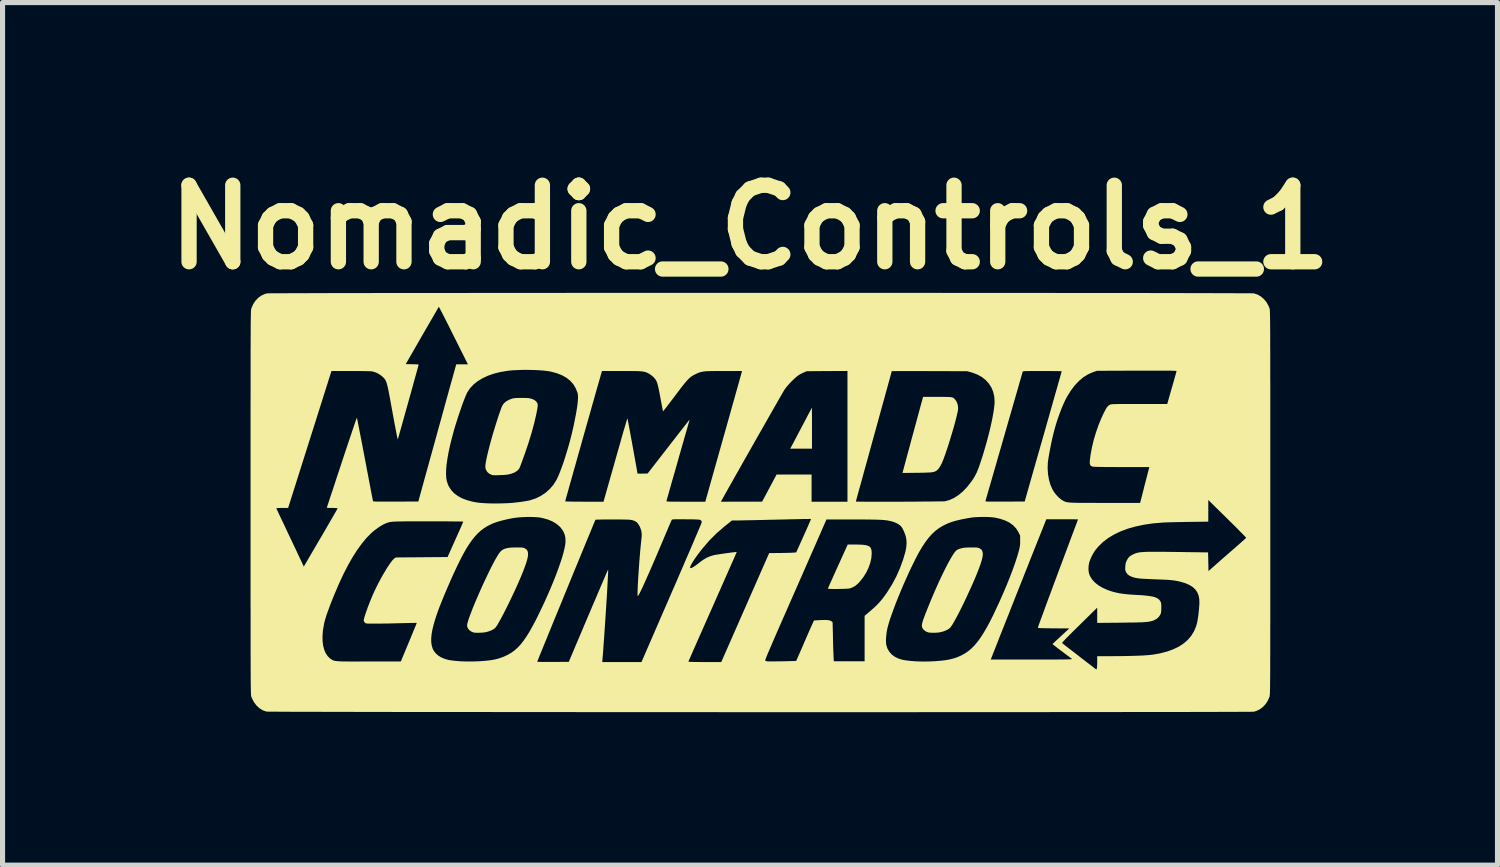
<source format=kicad_pcb>
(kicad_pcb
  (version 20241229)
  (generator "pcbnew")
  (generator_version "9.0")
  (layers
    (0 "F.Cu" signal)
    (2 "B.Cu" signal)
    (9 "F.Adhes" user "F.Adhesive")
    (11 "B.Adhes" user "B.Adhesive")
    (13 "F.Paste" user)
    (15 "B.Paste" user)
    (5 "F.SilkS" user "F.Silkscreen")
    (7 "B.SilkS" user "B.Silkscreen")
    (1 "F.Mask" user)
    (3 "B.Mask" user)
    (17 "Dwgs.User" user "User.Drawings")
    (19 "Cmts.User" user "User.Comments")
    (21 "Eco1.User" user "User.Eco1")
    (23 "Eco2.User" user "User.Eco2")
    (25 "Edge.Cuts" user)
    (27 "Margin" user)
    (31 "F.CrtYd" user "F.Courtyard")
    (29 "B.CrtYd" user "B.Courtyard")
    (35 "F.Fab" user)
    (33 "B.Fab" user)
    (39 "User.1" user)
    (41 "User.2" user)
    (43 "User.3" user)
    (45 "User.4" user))
  (footprint "Nomadic_Controls_1"
    (layer "F.Cu")
    (at 11.857 6.804)
    (property "Reference" "Nomadic_Controls_1" (at -0.2 -5.4 0) (layer "F.SilkS") (effects (font (size 1.5 1.5) (thickness 0.3))))
    (attr board_only exclude_from_pos_files exclude_from_bom)
    (fp_poly (pts (xy 1.013 -1.851) (xy 1.014 -1.829) (xy 1.014 -1.793) (xy 1.014 -1.746) (xy 1.015 -1.689) (xy 1.015 -1.623) (xy 1.015 -1.55) (xy 1.015 -1.471) (xy 1.015 -1.459) (xy 1.015 -1.056) (xy 0.802 -1.056) (xy 0.588 -1.056) (xy 0.629 -1.132) (xy 0.642 -1.155) (xy 0.661 -1.192) (xy 0.685 -1.238) (xy 0.714 -1.293) (xy 0.747 -1.356) (xy 0.782 -1.422) (xy 0.819 -1.492) (xy 0.84 -1.531) (xy 0.875 -1.598) (xy 0.908 -1.661) (xy 0.937 -1.717) (xy 0.963 -1.766) (xy 0.985 -1.806) (xy 1 -1.836) (xy 1.01 -1.854) (xy 1.012 -1.858)) (stroke (width 0) (type solid)) (fill yes) (layer "F.SilkS"))
    (fp_poly (pts (xy 1.863 0.823) (xy 1.945 0.825) (xy 2.012 0.828) (xy 2.066 0.835) (xy 2.108 0.846) (xy 2.139 0.861) (xy 2.161 0.882) (xy 2.175 0.91) (xy 2.183 0.944) (xy 2.186 0.986) (xy 2.186 0.998) (xy 2.179 1.09) (xy 2.157 1.185) (xy 2.123 1.282) (xy 2.077 1.376) (xy 2.02 1.466) (xy 1.954 1.549) (xy 1.925 1.581) (xy 1.872 1.628) (xy 1.818 1.661) (xy 1.761 1.682) (xy 1.746 1.686) (xy 1.727 1.688) (xy 1.696 1.69) (xy 1.656 1.692) (xy 1.61 1.693) (xy 1.56 1.694) (xy 1.509 1.695) (xy 1.46 1.695) (xy 1.415 1.695) (xy 1.376 1.694) (xy 1.347 1.692) (xy 1.33 1.69) (xy 1.326 1.689) (xy 1.33 1.68) (xy 1.339 1.658) (xy 1.354 1.624) (xy 1.374 1.579) (xy 1.399 1.524) (xy 1.427 1.462) (xy 1.458 1.392) (xy 1.492 1.317) (xy 1.521 1.253) (xy 1.716 0.823)) (stroke (width 0) (type solid)) (fill yes) (layer "F.SilkS"))
    (fp_poly (pts (xy 3.551 -2.072) (xy 3.614 -2.071) (xy 3.665 -2.071) (xy 3.705 -2.069) (xy 3.735 -2.067) (xy 3.758 -2.063) (xy 3.775 -2.058) (xy 3.789 -2.051) (xy 3.8 -2.043) (xy 3.811 -2.032) (xy 3.817 -2.025) (xy 3.851 -1.977) (xy 3.872 -1.92) (xy 3.879 -1.875) (xy 3.88 -1.851) (xy 3.879 -1.826) (xy 3.875 -1.796) (xy 3.867 -1.759) (xy 3.856 -1.71) (xy 3.849 -1.682) (xy 3.825 -1.587) (xy 3.797 -1.484) (xy 3.765 -1.376) (xy 3.732 -1.266) (xy 3.699 -1.157) (xy 3.665 -1.053) (xy 3.632 -0.956) (xy 3.601 -0.871) (xy 3.586 -0.83) (xy 3.558 -0.766) (xy 3.529 -0.712) (xy 3.5 -0.668) (xy 3.472 -0.637) (xy 3.464 -0.631) (xy 3.448 -0.62) (xy 3.431 -0.611) (xy 3.413 -0.603) (xy 3.392 -0.598) (xy 3.365 -0.593) (xy 3.331 -0.59) (xy 3.288 -0.588) (xy 3.234 -0.586) (xy 3.167 -0.584) (xy 3.087 -0.583) (xy 3.076 -0.583) (xy 2.79 -0.58) (xy 2.796 -0.603) (xy 2.799 -0.617) (xy 2.807 -0.645) (xy 2.818 -0.686) (xy 2.832 -0.739) (xy 2.849 -0.801) (xy 2.868 -0.872) (xy 2.889 -0.95) (xy 2.912 -1.034) (xy 2.936 -1.122) (xy 2.96 -1.213) (xy 2.985 -1.306) (xy 3.011 -1.4) (xy 3.036 -1.492) (xy 3.06 -1.581) (xy 3.083 -1.667) (xy 3.105 -1.747) (xy 3.125 -1.821) (xy 3.143 -1.887) (xy 3.158 -1.943) (xy 3.171 -1.988) (xy 3.18 -2.021) (xy 3.185 -2.041) (xy 3.186 -2.045) (xy 3.195 -2.072) (xy 3.473 -2.072)) (stroke (width 0) (type solid)) (fill yes) (layer "F.SilkS"))
    (fp_poly (pts (xy -4.732 0.881) (xy -4.696 0.882) (xy -4.669 0.883) (xy -4.649 0.887) (xy -4.632 0.891) (xy -4.617 0.898) (xy -4.588 0.916) (xy -4.568 0.939) (xy -4.556 0.97) (xy -4.552 1.009) (xy -4.556 1.058) (xy -4.569 1.117) (xy -4.59 1.188) (xy -4.615 1.258) (xy -4.651 1.355) (xy -4.696 1.464) (xy -4.747 1.583) (xy -4.805 1.71) (xy -4.868 1.845) (xy -4.935 1.984) (xy -4.987 2.088) (xy -5.034 2.181) (xy -5.075 2.259) (xy -5.111 2.324) (xy -5.141 2.377) (xy -5.166 2.417) (xy -5.187 2.446) (xy -5.198 2.46) (xy -5.226 2.482) (xy -5.266 2.504) (xy -5.314 2.523) (xy -5.367 2.539) (xy -5.377 2.541) (xy -5.411 2.547) (xy -5.454 2.551) (xy -5.5 2.553) (xy -5.546 2.554) (xy -5.586 2.553) (xy -5.617 2.549) (xy -5.625 2.547) (xy -5.672 2.527) (xy -5.709 2.498) (xy -5.735 2.462) (xy -5.747 2.423) (xy -5.748 2.411) (xy -5.745 2.383) (xy -5.734 2.341) (xy -5.718 2.288) (xy -5.695 2.224) (xy -5.668 2.152) (xy -5.637 2.072) (xy -5.602 1.986) (xy -5.564 1.896) (xy -5.523 1.802) (xy -5.481 1.706) (xy -5.438 1.61) (xy -5.394 1.516) (xy -5.35 1.424) (xy -5.307 1.335) (xy -5.266 1.252) (xy -5.226 1.176) (xy -5.189 1.108) (xy -5.155 1.05) (xy -5.126 1.003) (xy -5.124 1.001) (xy -5.097 0.965) (xy -5.067 0.937) (xy -5.032 0.916) (xy -4.989 0.9) (xy -4.938 0.889) (xy -4.875 0.883) (xy -4.798 0.881) (xy -4.782 0.881)) (stroke (width 0) (type solid)) (fill yes) (layer "F.SilkS"))
    (fp_poly (pts (xy 4.185 0.881) (xy 4.221 0.882) (xy 4.248 0.883) (xy 4.268 0.887) (xy 4.285 0.891) (xy 4.3 0.898) (xy 4.33 0.917) (xy 4.351 0.943) (xy 4.362 0.977) (xy 4.365 1.02) (xy 4.358 1.073) (xy 4.342 1.138) (xy 4.321 1.204) (xy 4.298 1.268) (xy 4.27 1.342) (xy 4.238 1.422) (xy 4.202 1.508) (xy 4.163 1.598) (xy 4.121 1.691) (xy 4.078 1.785) (xy 4.035 1.878) (xy 3.991 1.97) (xy 3.948 2.058) (xy 3.906 2.142) (xy 3.866 2.219) (xy 3.828 2.288) (xy 3.795 2.349) (xy 3.765 2.398) (xy 3.74 2.435) (xy 3.722 2.457) (xy 3.691 2.482) (xy 3.646 2.506) (xy 3.593 2.527) (xy 3.54 2.541) (xy 3.503 2.548) (xy 3.457 2.552) (xy 3.408 2.554) (xy 3.361 2.553) (xy 3.321 2.551) (xy 3.296 2.547) (xy 3.245 2.527) (xy 3.205 2.494) (xy 3.193 2.48) (xy 3.182 2.463) (xy 3.174 2.445) (xy 3.17 2.426) (xy 3.17 2.404) (xy 3.174 2.376) (xy 3.183 2.342) (xy 3.196 2.299) (xy 3.215 2.247) (xy 3.239 2.183) (xy 3.27 2.106) (xy 3.277 2.088) (xy 3.335 1.944) (xy 3.394 1.804) (xy 3.453 1.669) (xy 3.511 1.54) (xy 3.568 1.42) (xy 3.622 1.309) (xy 3.674 1.208) (xy 3.722 1.12) (xy 3.766 1.045) (xy 3.789 1.009) (xy 3.816 0.971) (xy 3.841 0.943) (xy 3.869 0.924) (xy 3.904 0.909) (xy 3.951 0.896) (xy 3.953 0.895) (xy 3.988 0.888) (xy 4.033 0.884) (xy 4.09 0.881) (xy 4.135 0.881)) (stroke (width 0) (type solid)) (fill yes) (layer "F.SilkS"))
    (fp_poly (pts (xy -4.626 -2.051) (xy -4.585 -2.05) (xy -4.553 -2.048) (xy -4.528 -2.045) (xy -4.505 -2.039) (xy -4.482 -2.033) (xy -4.445 -2.019) (xy -4.419 -2.004) (xy -4.396 -1.984) (xy -4.394 -1.982) (xy -4.38 -1.964) (xy -4.37 -1.946) (xy -4.364 -1.926) (xy -4.363 -1.901) (xy -4.366 -1.867) (xy -4.373 -1.824) (xy -4.384 -1.768) (xy -4.386 -1.756) (xy -4.429 -1.567) (xy -4.482 -1.371) (xy -4.544 -1.168) (xy -4.616 -0.956) (xy -4.663 -0.827) (xy -4.678 -0.785) (xy -4.693 -0.746) (xy -4.705 -0.713) (xy -4.713 -0.691) (xy -4.713 -0.69) (xy -4.736 -0.651) (xy -4.773 -0.617) (xy -4.822 -0.587) (xy -4.883 -0.564) (xy -4.927 -0.553) (xy -4.955 -0.548) (xy -4.994 -0.544) (xy -5.039 -0.54) (xy -5.088 -0.538) (xy -5.137 -0.536) (xy -5.181 -0.535) (xy -5.219 -0.536) (xy -5.246 -0.537) (xy -5.257 -0.539) (xy -5.31 -0.564) (xy -5.351 -0.598) (xy -5.377 -0.641) (xy -5.387 -0.671) (xy -5.39 -0.692) (xy -5.39 -0.719) (xy -5.386 -0.752) (xy -5.38 -0.795) (xy -5.37 -0.847) (xy -5.356 -0.911) (xy -5.338 -0.989) (xy -5.325 -1.04) (xy -5.309 -1.103) (xy -5.29 -1.175) (xy -5.268 -1.253) (xy -5.245 -1.334) (xy -5.22 -1.418) (xy -5.194 -1.502) (xy -5.169 -1.583) (xy -5.144 -1.66) (xy -5.121 -1.73) (xy -5.099 -1.792) (xy -5.081 -1.843) (xy -5.066 -1.882) (xy -5.06 -1.895) (xy -5.029 -1.942) (xy -4.984 -1.982) (xy -4.925 -2.015) (xy -4.868 -2.036) (xy -4.845 -2.042) (xy -4.819 -2.046) (xy -4.788 -2.049) (xy -4.748 -2.051) (xy -4.695 -2.051) (xy -4.68 -2.051)) (stroke (width 0) (type solid)) (fill yes) (layer "F.SilkS"))
    (fp_poly (pts (xy 0.384 -4.111) (xy 0.729 -4.111) (xy 1.073 -4.111) (xy 1.416 -4.111) (xy 1.757 -4.111) (xy 2.096 -4.111) (xy 2.433 -4.111) (xy 2.767 -4.111) (xy 3.098 -4.111) (xy 3.425 -4.111) (xy 3.748 -4.11) (xy 4.067 -4.11) (xy 4.381 -4.11) (xy 4.691 -4.11) (xy 4.994 -4.11) (xy 5.292 -4.11) (xy 5.583 -4.11) (xy 5.868 -4.109) (xy 6.146 -4.109) (xy 6.416 -4.109) (xy 6.678 -4.109) (xy 6.932 -4.108) (xy 7.178 -4.108) (xy 7.414 -4.108) (xy 7.641 -4.108) (xy 7.858 -4.107) (xy 8.065 -4.107) (xy 8.262 -4.107) (xy 8.447 -4.106) (xy 8.621 -4.106) (xy 8.784 -4.106) (xy 8.934 -4.105) (xy 9.071 -4.105) (xy 9.196 -4.105) (xy 9.307 -4.104) (xy 9.405 -4.104) (xy 9.488 -4.103) (xy 9.557 -4.103) (xy 9.611 -4.103) (xy 9.65 -4.102) (xy 9.673 -4.102) (xy 9.68 -4.101) (xy 9.752 -4.078) (xy 9.818 -4.04) (xy 9.877 -3.989) (xy 9.928 -3.927) (xy 9.968 -3.854) (xy 9.987 -3.808) (xy 9.988 -3.804) (xy 9.989 -3.799) (xy 9.99 -3.793) (xy 9.991 -3.786) (xy 9.992 -3.776) (xy 9.993 -3.764) (xy 9.994 -3.749) (xy 9.995 -3.731) (xy 9.995 -3.709) (xy 9.996 -3.682) (xy 9.997 -3.651) (xy 9.997 -3.614) (xy 9.998 -3.572) (xy 9.998 -3.523) (xy 9.999 -3.468) (xy 9.999 -3.407) (xy 10 -3.337) (xy 10 -3.26) (xy 10 -3.175) (xy 10 -3.08) (xy 10.001 -2.977) (xy 10.001 -2.864) (xy 10.001 -2.74) (xy 10.001 -2.607) (xy 10.001 -2.462) (xy 10.002 -2.306) (xy 10.002 -2.137) (xy 10.002 -1.957) (xy 10.002 -1.764) (xy 10.002 -1.557) (xy 10.002 -1.337) (xy 10.002 -1.103) (xy 10.002 -0.854) (xy 10.002 -0.59) (xy 10.002 -0.31) (xy 10.002 -0.015) (xy 10.002 0) (xy 10.002 0.296) (xy 10.002 0.576) (xy 10.002 0.841) (xy 10.002 1.091) (xy 10.002 1.326) (xy 10.002 1.546) (xy 10.002 1.754) (xy 10.002 1.948) (xy 10.002 2.129) (xy 10.002 2.298) (xy 10.001 2.454) (xy 10.001 2.6) (xy 10.001 2.734) (xy 10.001 2.858) (xy 10.001 2.972) (xy 10 3.075) (xy 10 3.17) (xy 10 3.256) (xy 10 3.334) (xy 9.999 3.403) (xy 9.999 3.466) (xy 9.998 3.521) (xy 9.998 3.569) (xy 9.997 3.612) (xy 9.997 3.649) (xy 9.996 3.68) (xy 9.995 3.707) (xy 9.995 3.73) (xy 9.994 3.748) (xy 9.993 3.764) (xy 9.992 3.776) (xy 9.991 3.785) (xy 9.99 3.793) (xy 9.989 3.799) (xy 9.988 3.803) (xy 9.987 3.807) (xy 9.987 3.808) (xy 9.953 3.885) (xy 9.908 3.954) (xy 9.854 4.012) (xy 9.792 4.057) (xy 9.723 4.089) (xy 9.68 4.101) (xy 9.67 4.102) (xy 9.643 4.102) (xy 9.601 4.103) (xy 9.544 4.103) (xy 9.472 4.104) (xy 9.386 4.104) (xy 9.285 4.105) (xy 9.171 4.105) (xy 9.044 4.105) (xy 8.903 4.106) (xy 8.751 4.106) (xy 8.586 4.106) (xy 8.409 4.107) (xy 8.222 4.107) (xy 8.023 4.107) (xy 7.814 4.108) (xy 7.595 4.108) (xy 7.366 4.108) (xy 7.127 4.108) (xy 6.88 4.109) (xy 6.624 4.109) (xy 6.36 4.109) (xy 6.089 4.109) (xy 5.809 4.109) (xy 5.523 4.11) (xy 5.231 4.11) (xy 4.932 4.11) (xy 4.627 4.11) (xy 4.317 4.11) (xy 4.001 4.11) (xy 3.681 4.11) (xy 3.357 4.11) (xy 3.029 4.111) (xy 2.698 4.111) (xy 2.363 4.111) (xy 2.026 4.111) (xy 1.686 4.111) (xy 1.345 4.111) (xy 1.002 4.111) (xy 0.657 4.111) (xy 0.312 4.111) (xy -0.033 4.111) (xy -0.378 4.111) (xy -0.723 4.111) (xy -1.067 4.11) (xy -1.41 4.11) (xy -1.751 4.11) (xy -2.09 4.11) (xy -2.427 4.11) (xy -2.761 4.11) (xy -3.092 4.11) (xy -3.419 4.11) (xy -3.743 4.109) (xy -4.062 4.109) (xy -4.376 4.109) (xy -4.686 4.109) (xy -4.989 4.109) (xy -5.287 4.108) (xy -5.579 4.108) (xy -5.864 4.108) (xy -6.141 4.108) (xy -6.412 4.108) (xy -6.674 4.107) (xy -6.929 4.107) (xy -7.174 4.107) (xy -7.411 4.106) (xy -7.638 4.106) (xy -7.856 4.106) (xy -8.063 4.105) (xy -8.259 4.105) (xy -8.445 4.105) (xy -8.619 4.104) (xy -8.782 4.104) (xy -8.932 4.104) (xy -9.07 4.103) (xy -9.195 4.103) (xy -9.307 4.102) (xy -9.405 4.102) (xy -9.489 4.101) (xy -9.558 4.101) (xy -9.613 4.101) (xy -9.652 4.1) (xy -9.675 4.1) (xy -9.683 4.099) (xy -9.754 4.074) (xy -9.819 4.034) (xy -9.877 3.981) (xy -9.926 3.916) (xy -9.965 3.842) (xy -9.978 3.808) (xy -9.98 3.804) (xy -9.981 3.799) (xy -9.982 3.793) (xy -9.983 3.786) (xy -9.984 3.776) (xy -9.985 3.764) (xy -9.986 3.749) (xy -9.986 3.731) (xy -9.987 3.709) (xy -9.988 3.682) (xy -9.988 3.651) (xy -9.989 3.614) (xy -9.99 3.572) (xy -9.99 3.523) (xy -9.991 3.468) (xy -9.991 3.407) (xy -9.991 3.337) (xy -9.992 3.26) (xy -9.992 3.175) (xy -9.992 3.121) (xy -4.373 3.121) (xy -4.365 3.123) (xy -4.342 3.124) (xy -4.306 3.125) (xy -4.259 3.126) (xy -4.202 3.126) (xy -4.136 3.126) (xy -4.064 3.126) (xy -4.063 3.126) (xy -3.754 3.124) (xy -3.37 2.217) (xy -3.321 2.102) (xy -3.274 1.991) (xy -3.228 1.885) (xy -3.186 1.785) (xy -3.146 1.692) (xy -3.11 1.607) (xy -3.077 1.531) (xy -3.049 1.465) (xy -3.025 1.41) (xy -3.006 1.366) (xy -2.992 1.335) (xy -2.984 1.318) (xy -2.982 1.314) (xy -2.982 1.323) (xy -2.982 1.347) (xy -2.983 1.386) (xy -2.986 1.437) (xy -2.989 1.499) (xy -2.993 1.571) (xy -2.997 1.653) (xy -3.002 1.742) (xy -3.008 1.838) (xy -3.014 1.939) (xy -3.021 2.044) (xy -3.028 2.152) (xy -3.035 2.262) (xy -3.042 2.372) (xy -3.05 2.482) (xy -3.057 2.589) (xy -3.064 2.693) (xy -3.072 2.792) (xy -3.078 2.886) (xy -3.085 2.973) (xy -3.091 3.051) (xy -3.092 3.064) (xy -3.098 3.128) (xy -2.713 3.128) (xy -2.329 3.128) (xy -2.325 3.12) (xy -1.408 3.12) (xy -1.4 3.122) (xy -1.376 3.124) (xy -1.337 3.125) (xy -1.284 3.127) (xy -1.217 3.127) (xy -1.136 3.128) (xy -1.086 3.128) (xy -0.764 3.128) (xy -0.75 3.096) (xy 0.098 3.096) (xy 0.099 3.099) (xy 0.1 3.101) (xy 0.113 3.108) (xy 0.134 3.113) (xy 0.138 3.114) (xy 0.155 3.115) (xy 0.186 3.115) (xy 0.226 3.115) (xy 0.275 3.115) (xy 0.33 3.114) (xy 0.388 3.114) (xy 0.448 3.113) (xy 0.506 3.112) (xy 0.561 3.11) (xy 0.61 3.109) (xy 0.652 3.108) (xy 0.683 3.107) (xy 0.701 3.105) (xy 0.705 3.104) (xy 0.71 3.096) (xy 0.72 3.074) (xy 0.734 3.041) (xy 0.753 2.998) (xy 0.775 2.947) (xy 0.8 2.89) (xy 0.818 2.85) (xy 0.847 2.781) (xy 0.878 2.71) (xy 0.908 2.64) (xy 0.938 2.573) (xy 0.963 2.514) (xy 0.985 2.466) (xy 0.989 2.456) (xy 1.054 2.313) (xy 1.164 2.306) (xy 1.236 2.303) (xy 1.294 2.303) (xy 1.338 2.307) (xy 1.371 2.315) (xy 1.394 2.326) (xy 1.398 2.329) (xy 1.419 2.348) (xy 1.426 2.621) (xy 1.427 2.692) (xy 1.429 2.764) (xy 1.431 2.833) (xy 1.433 2.895) (xy 1.435 2.949) (xy 1.437 2.99) (xy 1.437 3.003) (xy 1.443 3.112) (xy 1.745 3.112) (xy 2.047 3.112) (xy 2.047 2.715) (xy 2.466 2.715) (xy 2.468 2.765) (xy 2.472 2.792) (xy 2.495 2.864) (xy 2.532 2.927) (xy 2.581 2.982) (xy 2.643 3.027) (xy 2.716 3.062) (xy 2.8 3.086) (xy 2.828 3.091) (xy 2.934 3.105) (xy 3.051 3.114) (xy 3.177 3.118) (xy 3.308 3.117) (xy 3.427 3.111) (xy 3.535 3.103) (xy 3.629 3.092) (xy 3.702 3.079) (xy 4.52 3.079) (xy 5.325 3.079) (xy 5.458 3.078) (xy 5.576 3.078) (xy 5.679 3.078) (xy 5.769 3.078) (xy 5.846 3.078) (xy 5.911 3.077) (xy 5.965 3.077) (xy 6.009 3.076) (xy 6.044 3.075) (xy 6.071 3.074) (xy 6.09 3.073) (xy 6.104 3.072) (xy 6.111 3.07) (xy 6.114 3.068) (xy 6.113 3.066) (xy 6.113 3.066) (xy 6.102 3.058) (xy 6.08 3.042) (xy 6.049 3.018) (xy 6.01 2.989) (xy 5.966 2.956) (xy 5.918 2.919) (xy 5.914 2.917) (xy 5.867 2.881) (xy 5.824 2.849) (xy 5.788 2.82) (xy 5.759 2.798) (xy 5.74 2.783) (xy 5.733 2.776) (xy 5.733 2.776) (xy 5.738 2.769) (xy 5.753 2.755) (xy 5.921 2.755) (xy 5.922 2.757) (xy 5.931 2.764) (xy 5.951 2.78) (xy 5.981 2.804) (xy 6.019 2.834) (xy 6.064 2.869) (xy 6.115 2.908) (xy 6.169 2.95) (xy 6.225 2.993) (xy 6.282 3.038) (xy 6.339 3.081) (xy 6.393 3.123) (xy 6.444 3.162) (xy 6.49 3.197) (xy 6.529 3.227) (xy 6.56 3.251) (xy 6.581 3.267) (xy 6.592 3.274) (xy 6.592 3.275) (xy 6.596 3.268) (xy 6.601 3.25) (xy 6.603 3.237) (xy 6.605 3.213) (xy 6.607 3.178) (xy 6.608 3.137) (xy 6.608 3.106) (xy 6.608 3.013) (xy 6.88 3.013) (xy 6.999 3.012) (xy 7.115 3.011) (xy 7.226 3.009) (xy 7.33 3.006) (xy 7.425 3.003) (xy 7.511 2.999) (xy 7.585 2.994) (xy 7.646 2.989) (xy 7.689 2.984) (xy 7.839 2.958) (xy 7.975 2.923) (xy 8.097 2.879) (xy 8.206 2.827) (xy 8.301 2.765) (xy 8.382 2.695) (xy 8.45 2.616) (xy 8.505 2.528) (xy 8.546 2.431) (xy 8.561 2.38) (xy 8.572 2.332) (xy 8.582 2.272) (xy 8.592 2.202) (xy 8.6 2.128) (xy 8.607 2.051) (xy 8.612 1.981) (xy 8.61 1.899) (xy 8.597 1.826) (xy 8.571 1.762) (xy 8.533 1.706) (xy 8.481 1.657) (xy 8.415 1.616) (xy 8.335 1.581) (xy 8.24 1.553) (xy 8.201 1.544) (xy 8.162 1.536) (xy 8.125 1.53) (xy 8.085 1.525) (xy 8.042 1.52) (xy 7.992 1.516) (xy 7.933 1.513) (xy 7.862 1.51) (xy 7.778 1.507) (xy 7.771 1.507) (xy 7.704 1.504) (xy 7.638 1.501) (xy 7.576 1.498) (xy 7.521 1.495) (xy 7.476 1.493) (xy 7.444 1.49) (xy 7.44 1.49) (xy 7.36 1.478) (xy 7.295 1.46) (xy 7.244 1.437) (xy 7.205 1.408) (xy 7.177 1.371) (xy 7.173 1.364) (xy 7.164 1.341) (xy 7.158 1.32) (xy 7.157 1.294) (xy 7.158 1.258) (xy 7.158 1.257) (xy 7.162 1.216) (xy 7.168 1.184) (xy 7.18 1.153) (xy 7.188 1.135) (xy 7.212 1.093) (xy 7.24 1.061) (xy 7.276 1.035) (xy 7.317 1.015) (xy 7.338 1.005) (xy 7.358 0.997) (xy 7.379 0.99) (xy 7.402 0.984) (xy 7.428 0.979) (xy 7.458 0.975) (xy 7.493 0.972) (xy 7.535 0.969) (xy 7.584 0.967) (xy 7.641 0.966) (xy 7.708 0.966) (xy 7.785 0.966) (xy 7.874 0.966) (xy 7.976 0.967) (xy 8.092 0.969) (xy 8.223 0.97) (xy 8.258 0.971) (xy 8.782 0.978) (xy 8.786 1.161) (xy 8.79 1.344) (xy 8.937 1.214) (xy 8.981 1.175) (xy 9.034 1.128) (xy 9.094 1.076) (xy 9.157 1.021) (xy 9.221 0.965) (xy 9.282 0.912) (xy 9.305 0.892) (xy 9.356 0.847) (xy 9.403 0.806) (xy 9.445 0.769) (xy 9.48 0.738) (xy 9.506 0.714) (xy 9.523 0.698) (xy 9.529 0.692) (xy 9.523 0.685) (xy 9.507 0.667) (xy 9.482 0.64) (xy 9.447 0.605) (xy 9.405 0.562) (xy 9.356 0.512) (xy 9.301 0.457) (xy 9.241 0.398) (xy 9.177 0.335) (xy 9.159 0.317) (xy 8.786 -0.05) (xy 8.786 0.162) (xy 8.786 0.375) (xy 8.411 0.38) (xy 8.328 0.381) (xy 8.244 0.383) (xy 8.162 0.384) (xy 8.085 0.386) (xy 8.015 0.388) (xy 7.955 0.39) (xy 7.908 0.392) (xy 7.889 0.393) (xy 7.702 0.409) (xy 7.525 0.435) (xy 7.36 0.47) (xy 7.207 0.513) (xy 7.065 0.566) (xy 6.937 0.628) (xy 6.821 0.698) (xy 6.718 0.777) (xy 6.629 0.864) (xy 6.571 0.934) (xy 6.527 1.002) (xy 6.489 1.076) (xy 6.459 1.151) (xy 6.451 1.176) (xy 6.439 1.241) (xy 6.436 1.307) (xy 6.442 1.369) (xy 6.458 1.423) (xy 6.462 1.433) (xy 6.503 1.502) (xy 6.559 1.565) (xy 6.629 1.622) (xy 6.714 1.672) (xy 6.813 1.716) (xy 6.868 1.735) (xy 6.926 1.753) (xy 6.985 1.767) (xy 7.047 1.78) (xy 7.116 1.79) (xy 7.192 1.799) (xy 7.28 1.806) (xy 7.381 1.812) (xy 7.419 1.814) (xy 7.487 1.818) (xy 7.554 1.824) (xy 7.617 1.832) (xy 7.672 1.84) (xy 7.716 1.849) (xy 7.732 1.854) (xy 7.786 1.876) (xy 7.826 1.908) (xy 7.846 1.936) (xy 7.854 1.953) (xy 7.86 1.969) (xy 7.863 1.991) (xy 7.864 2.02) (xy 7.865 2.062) (xy 7.865 2.063) (xy 7.864 2.108) (xy 7.862 2.14) (xy 7.858 2.164) (xy 7.852 2.184) (xy 7.847 2.194) (xy 7.816 2.243) (xy 7.772 2.282) (xy 7.715 2.312) (xy 7.693 2.319) (xy 7.67 2.326) (xy 7.647 2.331) (xy 7.623 2.336) (xy 7.595 2.34) (xy 7.563 2.343) (xy 7.525 2.346) (xy 7.479 2.349) (xy 7.425 2.35) (xy 7.36 2.352) (xy 7.283 2.353) (xy 7.193 2.354) (xy 7.089 2.356) (xy 7.073 2.356) (xy 6.608 2.36) (xy 6.608 2.211) (xy 6.608 2.062) (xy 6.26 2.404) (xy 6.185 2.478) (xy 6.121 2.54) (xy 6.068 2.594) (xy 6.024 2.638) (xy 5.989 2.673) (xy 5.963 2.702) (xy 5.943 2.723) (xy 5.93 2.739) (xy 5.923 2.749) (xy 5.921 2.755) (xy 5.753 2.755) (xy 5.755 2.753) (xy 5.78 2.729) (xy 5.813 2.698) (xy 5.852 2.662) (xy 5.894 2.623) (xy 5.897 2.62) (xy 6.061 2.469) (xy 5.753 2.467) (xy 5.672 2.466) (xy 5.605 2.465) (xy 5.553 2.464) (xy 5.512 2.463) (xy 5.483 2.462) (xy 5.463 2.46) (xy 5.451 2.458) (xy 5.446 2.455) (xy 5.445 2.453) (xy 5.448 2.443) (xy 5.456 2.418) (xy 5.47 2.379) (xy 5.489 2.326) (xy 5.513 2.261) (xy 5.542 2.183) (xy 5.575 2.093) (xy 5.612 1.991) (xy 5.653 1.88) (xy 5.699 1.758) (xy 5.747 1.626) (xy 5.8 1.486) (xy 5.855 1.337) (xy 5.914 1.18) (xy 5.975 1.017) (xy 6.039 0.846) (xy 6.099 0.684) (xy 6.126 0.613) (xy 6.151 0.546) (xy 6.174 0.485) (xy 6.194 0.432) (xy 6.21 0.389) (xy 6.222 0.356) (xy 6.229 0.336) (xy 6.231 0.33) (xy 6.223 0.33) (xy 6.201 0.329) (xy 6.166 0.329) (xy 6.119 0.328) (xy 6.064 0.328) (xy 6.001 0.328) (xy 5.932 0.328) (xy 5.921 0.328) (xy 5.61 0.328) (xy 5.381 0.903) (xy 5.357 0.964) (xy 5.328 1.035) (xy 5.296 1.116) (xy 5.261 1.205) (xy 5.223 1.301) (xy 5.182 1.404) (xy 5.14 1.511) (xy 5.095 1.623) (xy 5.05 1.737) (xy 5.004 1.853) (xy 4.958 1.97) (xy 4.912 2.086) (xy 4.867 2.201) (xy 4.822 2.313) (xy 4.779 2.422) (xy 4.738 2.525) (xy 4.699 2.623) (xy 4.664 2.714) (xy 4.631 2.797) (xy 4.602 2.871) (xy 4.577 2.934) (xy 4.556 2.986) (xy 4.541 3.026) (xy 4.531 3.052) (xy 4.527 3.06) (xy 4.52 3.079) (xy 3.702 3.079) (xy 3.713 3.077) (xy 3.788 3.058) (xy 3.858 3.035) (xy 3.924 3.007) (xy 3.958 2.99) (xy 4.024 2.953) (xy 4.086 2.909) (xy 4.146 2.858) (xy 4.205 2.798) (xy 4.263 2.728) (xy 4.322 2.648) (xy 4.38 2.557) (xy 4.441 2.453) (xy 4.504 2.336) (xy 4.57 2.205) (xy 4.602 2.136) (xy 4.686 1.957) (xy 4.763 1.783) (xy 4.834 1.616) (xy 4.898 1.457) (xy 4.955 1.307) (xy 5.004 1.168) (xy 5.045 1.04) (xy 5.074 0.938) (xy 5.085 0.891) (xy 5.092 0.852) (xy 5.096 0.812) (xy 5.097 0.766) (xy 5.097 0.749) (xy 5.097 0.65) (xy 5.063 0.58) (xy 5.02 0.511) (xy 4.964 0.45) (xy 4.894 0.398) (xy 4.812 0.356) (xy 4.716 0.322) (xy 4.614 0.298) (xy 4.566 0.291) (xy 4.505 0.286) (xy 4.437 0.283) (xy 4.364 0.282) (xy 4.292 0.284) (xy 4.225 0.287) (xy 4.166 0.292) (xy 4.151 0.294) (xy 4.087 0.304) (xy 4.017 0.317) (xy 3.945 0.331) (xy 3.877 0.347) (xy 3.816 0.362) (xy 3.769 0.376) (xy 3.676 0.41) (xy 3.591 0.451) (xy 3.511 0.498) (xy 3.437 0.554) (xy 3.366 0.619) (xy 3.299 0.695) (xy 3.233 0.783) (xy 3.167 0.883) (xy 3.101 0.997) (xy 3.038 1.119) (xy 2.981 1.235) (xy 2.923 1.355) (xy 2.867 1.48) (xy 2.811 1.605) (xy 2.758 1.731) (xy 2.707 1.854) (xy 2.659 1.974) (xy 2.616 2.089) (xy 2.577 2.196) (xy 2.543 2.294) (xy 2.516 2.382) (xy 2.496 2.457) (xy 2.493 2.47) (xy 2.481 2.53) (xy 2.473 2.593) (xy 2.467 2.656) (xy 2.466 2.715) (xy 2.047 2.715) (xy 2.047 2.667) (xy 2.047 2.222) (xy 2.167 2.12) (xy 2.252 2.045) (xy 2.326 1.97) (xy 2.394 1.891) (xy 2.46 1.802) (xy 2.488 1.761) (xy 2.586 1.605) (xy 2.67 1.447) (xy 2.742 1.284) (xy 2.804 1.112) (xy 2.847 0.965) (xy 2.863 0.883) (xy 2.87 0.801) (xy 2.866 0.725) (xy 2.854 0.663) (xy 2.837 0.612) (xy 2.816 0.561) (xy 2.794 0.515) (xy 2.771 0.479) (xy 2.761 0.466) (xy 2.728 0.437) (xy 2.682 0.409) (xy 2.629 0.385) (xy 2.577 0.369) (xy 2.548 0.362) (xy 2.517 0.356) (xy 2.485 0.35) (xy 2.449 0.346) (xy 2.408 0.342) (xy 2.361 0.339) (xy 2.306 0.337) (xy 2.243 0.335) (xy 2.169 0.334) (xy 2.084 0.333) (xy 1.985 0.332) (xy 1.873 0.332) (xy 1.81 0.332) (xy 1.299 0.332) (xy 1.236 0.475) (xy 1.225 0.5) (xy 1.208 0.539) (xy 1.186 0.591) (xy 1.158 0.654) (xy 1.125 0.729) (xy 1.088 0.814) (xy 1.047 0.907) (xy 1.002 1.009) (xy 0.955 1.117) (xy 0.905 1.231) (xy 0.853 1.349) (xy 0.799 1.472) (xy 0.744 1.597) (xy 0.721 1.65) (xy 0.645 1.823) (xy 0.575 1.981) (xy 0.512 2.126) (xy 0.454 2.257) (xy 0.402 2.376) (xy 0.355 2.483) (xy 0.313 2.579) (xy 0.276 2.665) (xy 0.243 2.74) (xy 0.215 2.806) (xy 0.19 2.863) (xy 0.169 2.913) (xy 0.151 2.954) (xy 0.137 2.989) (xy 0.125 3.018) (xy 0.116 3.041) (xy 0.109 3.06) (xy 0.104 3.074) (xy 0.1 3.084) (xy 0.099 3.091) (xy 0.098 3.096) (xy -0.75 3.096) (xy -0.294 2.059) (xy 0.176 0.991) (xy 0.356 0.99) (xy 0.415 0.989) (xy 0.475 0.988) (xy 0.531 0.987) (xy 0.58 0.986) (xy 0.617 0.984) (xy 0.621 0.984) (xy 0.706 0.978) (xy 0.852 0.652) (xy 0.883 0.583) (xy 0.911 0.52) (xy 0.937 0.462) (xy 0.958 0.413) (xy 0.976 0.372) (xy 0.988 0.343) (xy 0.995 0.326) (xy 0.996 0.322) (xy 0.988 0.322) (xy 0.964 0.322) (xy 0.927 0.323) (xy 0.876 0.323) (xy 0.814 0.324) (xy 0.742 0.326) (xy 0.66 0.328) (xy 0.571 0.329) (xy 0.474 0.332) (xy 0.372 0.334) (xy 0.294 0.336) (xy 0.187 0.338) (xy 0.082 0.341) (xy -0.017 0.343) (xy -0.111 0.345) (xy -0.197 0.347) (xy -0.275 0.348) (xy -0.342 0.35) (xy -0.398 0.351) (xy -0.441 0.352) (xy -0.47 0.352) (xy -0.48 0.352) (xy -0.555 0.352) (xy -0.697 0.466) (xy -0.854 0.601) (xy -1 0.747) (xy -1.133 0.902) (xy -1.185 0.968) (xy -1.232 1.031) (xy -1.275 1.091) (xy -1.311 1.145) (xy -1.34 1.193) (xy -1.361 1.232) (xy -1.373 1.262) (xy -1.376 1.275) (xy -1.37 1.286) (xy -1.353 1.285) (xy -1.326 1.273) (xy -1.289 1.25) (xy -1.242 1.216) (xy -1.198 1.182) (xy -1.124 1.127) (xy -1.054 1.085) (xy -0.983 1.054) (xy -0.91 1.032) (xy -0.908 1.032) (xy -0.886 1.027) (xy -0.852 1.022) (xy -0.81 1.015) (xy -0.762 1.008) (xy -0.71 1) (xy -0.657 0.993) (xy -0.605 0.986) (xy -0.558 0.979) (xy -0.517 0.975) (xy -0.486 0.971) (xy -0.466 0.97) (xy -0.461 0.97) (xy -0.464 0.977) (xy -0.473 0.999) (xy -0.488 1.034) (xy -0.509 1.082) (xy -0.535 1.141) (xy -0.566 1.21) (xy -0.601 1.29) (xy -0.64 1.379) (xy -0.683 1.476) (xy -0.729 1.58) (xy -0.778 1.691) (xy -0.83 1.808) (xy -0.884 1.93) (xy -0.933 2.042) (xy -0.989 2.167) (xy -1.043 2.289) (xy -1.094 2.405) (xy -1.143 2.516) (xy -1.189 2.62) (xy -1.232 2.716) (xy -1.271 2.805) (xy -1.306 2.884) (xy -1.336 2.953) (xy -1.362 3.012) (xy -1.382 3.058) (xy -1.397 3.092) (xy -1.406 3.113) (xy -1.408 3.12) (xy -2.325 3.12) (xy -1.741 1.775) (xy -1.679 1.633) (xy -1.619 1.495) (xy -1.562 1.361) (xy -1.506 1.233) (xy -1.454 1.111) (xy -1.404 0.996) (xy -1.358 0.889) (xy -1.315 0.789) (xy -1.277 0.699) (xy -1.243 0.62) (xy -1.214 0.55) (xy -1.189 0.493) (xy -1.17 0.447) (xy -1.157 0.415) (xy -1.15 0.396) (xy -1.149 0.392) (xy -1.148 0.37) (xy -1.154 0.357) (xy -1.168 0.347) (xy -1.175 0.343) (xy -1.185 0.339) (xy -1.198 0.336) (xy -1.218 0.334) (xy -1.245 0.333) (xy -1.281 0.331) (xy -1.329 0.33) (xy -1.389 0.33) (xy -1.458 0.329) (xy -1.533 0.328) (xy -1.594 0.328) (xy -1.642 0.328) (xy -1.678 0.329) (xy -1.703 0.33) (xy -1.72 0.332) (xy -1.729 0.335) (xy -1.733 0.337) (xy -1.738 0.347) (xy -1.749 0.371) (xy -1.764 0.405) (xy -1.782 0.447) (xy -1.803 0.494) (xy -1.813 0.52) (xy -1.893 0.708) (xy -1.966 0.881) (xy -2.034 1.041) (xy -2.097 1.186) (xy -2.153 1.316) (xy -2.205 1.433) (xy -2.25 1.534) (xy -2.289 1.621) (xy -2.323 1.694) (xy -2.351 1.751) (xy -2.373 1.794) (xy -2.389 1.821) (xy -2.399 1.833) (xy -2.401 1.834) (xy -2.404 1.826) (xy -2.405 1.804) (xy -2.405 1.768) (xy -2.404 1.72) (xy -2.402 1.662) (xy -2.399 1.595) (xy -2.395 1.521) (xy -2.39 1.441) (xy -2.384 1.356) (xy -2.378 1.27) (xy -2.372 1.181) (xy -2.365 1.093) (xy -2.358 1.007) (xy -2.351 0.924) (xy -2.343 0.846) (xy -2.336 0.774) (xy -2.329 0.71) (xy -2.326 0.689) (xy -2.323 0.616) (xy -2.333 0.549) (xy -2.357 0.482) (xy -2.364 0.467) (xy -2.393 0.419) (xy -2.424 0.384) (xy -2.462 0.361) (xy -2.509 0.345) (xy -2.519 0.343) (xy -2.539 0.34) (xy -2.567 0.337) (xy -2.603 0.335) (xy -2.649 0.334) (xy -2.707 0.333) (xy -2.778 0.332) (xy -2.863 0.332) (xy -2.9 0.332) (xy -2.971 0.332) (xy -3.038 0.332) (xy -3.097 0.333) (xy -3.148 0.334) (xy -3.188 0.335) (xy -3.216 0.336) (xy -3.229 0.337) (xy -3.231 0.337) (xy -3.234 0.345) (xy -3.244 0.368) (xy -3.259 0.403) (xy -3.279 0.451) (xy -3.303 0.511) (xy -3.332 0.581) (xy -3.365 0.661) (xy -3.402 0.749) (xy -3.442 0.846) (xy -3.484 0.949) (xy -3.529 1.058) (xy -3.576 1.173) (xy -3.625 1.291) (xy -3.675 1.413) (xy -3.726 1.537) (xy -3.777 1.662) (xy -3.829 1.788) (xy -3.88 1.914) (xy -3.931 2.038) (xy -3.981 2.16) (xy -4.03 2.278) (xy -4.077 2.393) (xy -4.121 2.502) (xy -4.164 2.606) (xy -4.203 2.703) (xy -4.24 2.792) (xy -4.272 2.872) (xy -4.301 2.943) (xy -4.326 3.003) (xy -4.345 3.052) (xy -4.36 3.089) (xy -4.369 3.112) (xy -4.373 3.121) (xy -4.373 3.121) (xy -9.992 3.121) (xy -9.992 3.08) (xy -9.993 2.977) (xy -9.993 2.864) (xy -9.993 2.74) (xy -9.993 2.616) (xy -8.583 2.616) (xy -8.582 2.714) (xy -8.571 2.804) (xy -8.55 2.884) (xy -8.521 2.954) (xy -8.482 3.012) (xy -8.435 3.058) (xy -8.426 3.064) (xy -8.411 3.074) (xy -8.398 3.082) (xy -8.385 3.09) (xy -8.371 3.096) (xy -8.354 3.101) (xy -8.334 3.106) (xy -8.309 3.109) (xy -8.278 3.112) (xy -8.24 3.114) (xy -8.195 3.116) (xy -8.139 3.117) (xy -8.074 3.117) (xy -7.997 3.118) (xy -7.907 3.118) (xy -7.803 3.117) (xy -7.684 3.117) (xy -7.669 3.117) (xy -7.047 3.116) (xy -6.89 2.739) (xy -6.882 2.72) (xy -6.452 2.72) (xy -6.446 2.779) (xy -6.434 2.832) (xy -6.416 2.88) (xy -6.405 2.901) (xy -6.369 2.951) (xy -6.32 2.996) (xy -6.259 3.035) (xy -6.189 3.065) (xy -6.113 3.087) (xy -6.088 3.091) (xy -5.988 3.104) (xy -5.877 3.113) (xy -5.756 3.117) (xy -5.632 3.117) (xy -5.507 3.112) (xy -5.49 3.111) (xy -5.393 3.104) (xy -5.31 3.095) (xy -5.237 3.084) (xy -5.173 3.07) (xy -5.113 3.053) (xy -5.102 3.05) (xy -5.025 3.021) (xy -4.953 2.987) (xy -4.886 2.949) (xy -4.822 2.903) (xy -4.762 2.85) (xy -4.703 2.789) (xy -4.646 2.717) (xy -4.588 2.634) (xy -4.529 2.54) (xy -4.468 2.432) (xy -4.403 2.31) (xy -4.374 2.252) (xy -4.305 2.11) (xy -4.238 1.969) (xy -4.175 1.829) (xy -4.115 1.692) (xy -4.06 1.559) (xy -4.009 1.431) (xy -3.963 1.309) (xy -3.923 1.194) (xy -3.888 1.088) (xy -3.86 0.991) (xy -3.839 0.905) (xy -3.824 0.831) (xy -3.818 0.773) (xy -3.82 0.694) (xy -3.836 0.622) (xy -3.866 0.556) (xy -3.912 0.493) (xy -3.938 0.466) (xy -4 0.415) (xy -4.073 0.371) (xy -4.158 0.335) (xy -4.257 0.307) (xy -4.303 0.297) (xy -4.356 0.29) (xy -4.421 0.285) (xy -4.495 0.283) (xy -4.573 0.283) (xy -4.653 0.286) (xy -4.73 0.291) (xy -4.8 0.299) (xy -4.819 0.301) (xy -4.902 0.316) (xy -4.987 0.334) (xy -5.069 0.354) (xy -5.144 0.375) (xy -5.208 0.397) (xy -5.227 0.404) (xy -5.297 0.435) (xy -5.363 0.47) (xy -5.425 0.51) (xy -5.485 0.556) (xy -5.542 0.609) (xy -5.598 0.669) (xy -5.653 0.739) (xy -5.709 0.818) (xy -5.765 0.907) (xy -5.822 1.008) (xy -5.881 1.121) (xy -5.943 1.247) (xy -6.009 1.388) (xy -6.055 1.49) (xy -6.129 1.659) (xy -6.195 1.814) (xy -6.253 1.956) (xy -6.304 2.086) (xy -6.346 2.205) (xy -6.381 2.314) (xy -6.409 2.412) (xy -6.43 2.501) (xy -6.444 2.582) (xy -6.451 2.654) (xy -6.452 2.72) (xy -6.882 2.72) (xy -6.859 2.665) (xy -6.831 2.596) (xy -6.805 2.533) (xy -6.782 2.477) (xy -6.763 2.431) (xy -6.748 2.395) (xy -6.739 2.371) (xy -6.735 2.361) (xy -6.735 2.36) (xy -6.743 2.36) (xy -6.766 2.36) (xy -6.802 2.361) (xy -6.848 2.361) (xy -6.904 2.363) (xy -6.967 2.364) (xy -7.036 2.366) (xy -7.047 2.366) (xy -7.127 2.368) (xy -7.211 2.37) (xy -7.295 2.372) (xy -7.375 2.373) (xy -7.449 2.374) (xy -7.512 2.374) (xy -7.546 2.374) (xy -7.606 2.374) (xy -7.653 2.374) (xy -7.687 2.374) (xy -7.711 2.372) (xy -7.727 2.37) (xy -7.738 2.367) (xy -7.745 2.363) (xy -7.751 2.357) (xy -7.752 2.356) (xy -7.766 2.337) (xy -7.774 2.32) (xy -7.774 2.304) (xy -7.768 2.274) (xy -7.756 2.233) (xy -7.74 2.182) (xy -7.72 2.124) (xy -7.697 2.059) (xy -7.671 1.991) (xy -7.643 1.921) (xy -7.614 1.85) (xy -7.595 1.806) (xy -7.561 1.73) (xy -7.523 1.652) (xy -7.483 1.573) (xy -7.441 1.495) (xy -7.399 1.419) (xy -7.356 1.347) (xy -7.316 1.281) (xy -7.277 1.222) (xy -7.242 1.172) (xy -7.212 1.133) (xy -7.186 1.106) (xy -7.176 1.097) (xy -7.145 1.077) (xy -6.638 1.073) (xy -6.131 1.069) (xy -5.977 0.725) (xy -5.945 0.654) (xy -5.916 0.589) (xy -5.889 0.529) (xy -5.866 0.477) (xy -5.848 0.434) (xy -5.834 0.401) (xy -5.825 0.381) (xy -5.822 0.375) (xy -5.83 0.374) (xy -5.853 0.373) (xy -5.89 0.372) (xy -5.94 0.371) (xy -6.002 0.371) (xy -6.074 0.37) (xy -6.155 0.369) (xy -6.244 0.369) (xy -6.34 0.369) (xy -6.442 0.369) (xy -6.512 0.369) (xy -6.638 0.369) (xy -6.749 0.369) (xy -6.846 0.369) (xy -6.93 0.369) (xy -7.002 0.37) (xy -7.063 0.371) (xy -7.115 0.372) (xy -7.158 0.373) (xy -7.195 0.375) (xy -7.225 0.378) (xy -7.25 0.381) (xy -7.271 0.385) (xy -7.29 0.39) (xy -7.307 0.395) (xy -7.324 0.401) (xy -7.341 0.408) (xy -7.355 0.414) (xy -7.405 0.438) (xy -7.461 0.472) (xy -7.52 0.513) (xy -7.579 0.558) (xy -7.632 0.604) (xy -7.635 0.607) (xy -7.726 0.7) (xy -7.816 0.81) (xy -7.906 0.935) (xy -7.996 1.076) (xy -8.085 1.233) (xy -8.174 1.406) (xy -8.261 1.594) (xy -8.348 1.797) (xy -8.422 1.981) (xy -8.454 2.067) (xy -8.481 2.14) (xy -8.503 2.202) (xy -8.52 2.257) (xy -8.535 2.307) (xy -8.547 2.353) (xy -8.556 2.398) (xy -8.575 2.51) (xy -8.583 2.616) (xy -9.993 2.616) (xy -9.993 2.607) (xy -9.993 2.462) (xy -9.993 2.306) (xy -9.993 2.137) (xy -9.994 1.957) (xy -9.994 1.764) (xy -9.994 1.557) (xy -9.994 1.337) (xy -9.994 1.103) (xy -9.994 0.854) (xy -9.994 0.59) (xy -9.994 0.31) (xy -9.994 0.117) (xy -9.488 0.117) (xy -9.483 0.126) (xy -9.473 0.148) (xy -9.456 0.183) (xy -9.435 0.229) (xy -9.409 0.284) (xy -9.378 0.349) (xy -9.344 0.42) (xy -9.308 0.497) (xy -9.269 0.58) (xy -9.253 0.614) (xy -9.212 0.7) (xy -9.172 0.784) (xy -9.135 0.863) (xy -9.099 0.938) (xy -9.068 1.005) (xy -9.04 1.064) (xy -9.017 1.112) (xy -8.999 1.15) (xy -8.988 1.174) (xy -8.986 1.179) (xy -8.95 1.256) (xy -8.618 0.688) (xy -8.566 0.6) (xy -8.517 0.516) (xy -8.471 0.436) (xy -8.429 0.363) (xy -8.391 0.298) (xy -8.358 0.24) (xy -8.33 0.192) (xy -8.309 0.155) (xy -8.294 0.129) (xy -8.287 0.115) (xy -8.287 0.114) (xy -8.294 0.111) (xy -8.315 0.109) (xy -8.347 0.107) (xy -8.385 0.106) (xy -8.394 0.106) (xy -8.439 0.106) (xy -8.471 0.105) (xy -8.489 0.103) (xy -8.497 0.099) (xy -8.498 0.096) (xy -8.495 0.087) (xy -8.487 0.064) (xy -8.474 0.027) (xy -8.458 -0.023) (xy -8.438 -0.084) (xy -8.414 -0.156) (xy -8.387 -0.237) (xy -8.357 -0.327) (xy -8.325 -0.425) (xy -8.291 -0.529) (xy -8.254 -0.639) (xy -8.217 -0.753) (xy -8.204 -0.792) (xy -8.166 -0.907) (xy -8.129 -1.018) (xy -8.094 -1.123) (xy -8.061 -1.222) (xy -8.03 -1.313) (xy -8.002 -1.396) (xy -7.977 -1.47) (xy -7.956 -1.533) (xy -7.938 -1.585) (xy -7.924 -1.625) (xy -7.914 -1.651) (xy -7.91 -1.663) (xy -7.909 -1.664) (xy -7.907 -1.655) (xy -7.902 -1.632) (xy -7.894 -1.594) (xy -7.884 -1.543) (xy -7.872 -1.481) (xy -7.858 -1.408) (xy -7.842 -1.326) (xy -7.824 -1.235) (xy -7.805 -1.137) (xy -7.785 -1.032) (xy -7.764 -0.922) (xy -7.751 -0.852) (xy -7.729 -0.739) (xy -7.709 -0.63) (xy -7.689 -0.528) (xy -7.671 -0.431) (xy -7.654 -0.343) (xy -7.639 -0.263) (xy -7.625 -0.193) (xy -7.614 -0.134) (xy -7.605 -0.088) (xy -7.598 -0.054) (xy -7.594 -0.035) (xy -7.594 -0.031) (xy -7.592 -0.027) (xy -7.588 -0.025) (xy -7.581 -0.023) (xy -7.568 -0.021) (xy -7.55 -0.02) (xy -7.524 -0.019) (xy -7.49 -0.018) (xy -7.445 -0.018) (xy -7.389 -0.018) (xy -7.321 -0.018) (xy -7.239 -0.018) (xy -7.147 -0.018) (xy -6.704 -0.02) (xy -6.557 -0.555) (xy -6.161 -0.555) (xy -6.156 -0.479) (xy -6.145 -0.417) (xy -6.142 -0.41) (xy -6.126 -0.361) (xy -6.11 -0.323) (xy -6.089 -0.288) (xy -6.063 -0.249) (xy -6.057 -0.241) (xy -6.002 -0.182) (xy -5.932 -0.13) (xy -5.849 -0.084) (xy -5.752 -0.047) (xy -5.643 -0.017) (xy -5.568 -0.003) (xy -5.508 0.005) (xy -5.435 0.011) (xy -5.352 0.016) (xy -5.261 0.018) (xy -5.167 0.019) (xy -5.071 0.017) (xy -4.978 0.014) (xy -4.89 0.009) (xy -4.876 0.008) (xy -4.818 0.002) (xy -4.755 -0.005) (xy -4.691 -0.013) (xy -4.63 -0.022) (xy -4.609 -0.026) (xy -3.824 -0.026) (xy -3.819 -0.023) (xy -3.804 -0.021) (xy -3.779 -0.02) (xy -3.741 -0.019) (xy -3.691 -0.018) (xy -3.627 -0.017) (xy -3.549 -0.017) (xy -3.455 -0.016) (xy -3.448 -0.016) (xy -3.073 -0.016) (xy -0.77 -0.016) (xy -0.367 -0.017) (xy 0.037 -0.017) (xy 0.179 -0.283) (xy 0.321 -0.549) (xy 0.664 -0.549) (xy 1.007 -0.549) (xy 1.007 -0.282) (xy 1.007 -0.016) (xy 1.359 -0.016) (xy 1.711 -0.016) (xy 1.711 -0.019) (xy 1.875 -0.019) (xy 1.883 -0.018) (xy 1.906 -0.018) (xy 1.943 -0.017) (xy 1.992 -0.017) (xy 2.053 -0.016) (xy 2.123 -0.016) (xy 2.202 -0.016) (xy 2.289 -0.016) (xy 2.381 -0.016) (xy 2.478 -0.016) (xy 2.579 -0.016) (xy 2.682 -0.016) (xy 2.785 -0.016) (xy 2.888 -0.017) (xy 2.99 -0.017) (xy 3.088 -0.018) (xy 3.182 -0.019) (xy 3.271 -0.019) (xy 3.352 -0.02) (xy 3.426 -0.021) (xy 3.489 -0.022) (xy 3.542 -0.022) (xy 3.583 -0.023) (xy 3.611 -0.024) (xy 3.624 -0.025) (xy 3.631 -0.027) (xy 4.416 -0.027) (xy 4.419 -0.025) (xy 4.425 -0.022) (xy 4.436 -0.021) (xy 4.454 -0.019) (xy 4.48 -0.018) (xy 4.515 -0.018) (xy 4.561 -0.018) (xy 4.618 -0.018) (xy 4.689 -0.018) (xy 4.775 -0.018) (xy 4.799 -0.018) (xy 5.186 -0.02) (xy 5.371 -0.672) (xy 5.636 -0.672) (xy 5.643 -0.558) (xy 5.662 -0.448) (xy 5.692 -0.345) (xy 5.73 -0.259) (xy 5.763 -0.204) (xy 5.805 -0.15) (xy 5.851 -0.101) (xy 5.899 -0.061) (xy 5.933 -0.039) (xy 5.948 -0.031) (xy 5.962 -0.024) (xy 5.975 -0.018) (xy 5.99 -0.013) (xy 6.007 -0.008) (xy 6.027 -0.005) (xy 6.051 -0.002) (xy 6.082 0.001) (xy 6.118 0.003) (xy 6.163 0.004) (xy 6.216 0.006) (xy 6.279 0.006) (xy 6.353 0.007) (xy 6.44 0.007) (xy 6.539 0.007) (xy 6.653 0.008) (xy 6.756 0.008) (xy 7.449 0.008) (xy 7.471 -0.076) (xy 7.478 -0.104) (xy 7.489 -0.146) (xy 7.502 -0.199) (xy 7.518 -0.259) (xy 7.534 -0.325) (xy 7.552 -0.393) (xy 7.561 -0.428) (xy 7.63 -0.696) (xy 7.088 -0.696) (xy 6.966 -0.696) (xy 6.857 -0.697) (xy 6.763 -0.697) (xy 6.683 -0.698) (xy 6.619 -0.699) (xy 6.569 -0.701) (xy 6.535 -0.702) (xy 6.517 -0.704) (xy 6.516 -0.705) (xy 6.489 -0.716) (xy 6.472 -0.733) (xy 6.463 -0.759) (xy 6.462 -0.796) (xy 6.463 -0.816) (xy 6.479 -0.945) (xy 6.505 -1.082) (xy 6.539 -1.225) (xy 6.582 -1.369) (xy 6.631 -1.511) (xy 6.686 -1.647) (xy 6.737 -1.756) (xy 6.763 -1.807) (xy 6.784 -1.845) (xy 6.803 -1.873) (xy 6.821 -1.893) (xy 6.839 -1.908) (xy 6.854 -1.916) (xy 6.861 -1.919) (xy 6.868 -1.922) (xy 6.878 -1.924) (xy 6.891 -1.926) (xy 6.908 -1.928) (xy 6.931 -1.929) (xy 6.961 -1.93) (xy 6.999 -1.931) (xy 7.047 -1.932) (xy 7.105 -1.932) (xy 7.175 -1.932) (xy 7.258 -1.932) (xy 7.355 -1.932) (xy 7.433 -1.932) (xy 7.981 -1.932) (xy 8.072 -2.252) (xy 8.092 -2.321) (xy 8.111 -2.386) (xy 8.127 -2.444) (xy 8.141 -2.494) (xy 8.152 -2.534) (xy 8.16 -2.563) (xy 8.163 -2.578) (xy 8.164 -2.579) (xy 8.157 -2.581) (xy 8.138 -2.582) (xy 8.105 -2.584) (xy 8.058 -2.585) (xy 7.997 -2.585) (xy 7.921 -2.586) (xy 7.831 -2.586) (xy 7.726 -2.586) (xy 7.605 -2.586) (xy 7.468 -2.586) (xy 7.384 -2.586) (xy 6.604 -2.583) (xy 6.524 -2.556) (xy 6.428 -2.514) (xy 6.337 -2.457) (xy 6.249 -2.383) (xy 6.166 -2.295) (xy 6.088 -2.191) (xy 6.016 -2.074) (xy 5.98 -2.006) (xy 5.943 -1.925) (xy 5.905 -1.834) (xy 5.867 -1.735) (xy 5.831 -1.633) (xy 5.798 -1.529) (xy 5.769 -1.427) (xy 5.757 -1.381) (xy 5.74 -1.312) (xy 5.722 -1.236) (xy 5.705 -1.156) (xy 5.689 -1.075) (xy 5.674 -0.997) (xy 5.661 -0.924) (xy 5.65 -0.859) (xy 5.643 -0.806) (xy 5.64 -0.786) (xy 5.636 -0.672) (xy 5.371 -0.672) (xy 5.549 -1.294) (xy 5.589 -1.434) (xy 5.627 -1.57) (xy 5.665 -1.701) (xy 5.7 -1.827) (xy 5.734 -1.945) (xy 5.765 -2.056) (xy 5.794 -2.158) (xy 5.821 -2.251) (xy 5.844 -2.334) (xy 5.865 -2.406) (xy 5.882 -2.466) (xy 5.895 -2.514) (xy 5.905 -2.548) (xy 5.91 -2.568) (xy 5.912 -2.573) (xy 5.904 -2.574) (xy 5.881 -2.576) (xy 5.845 -2.577) (xy 5.798 -2.578) (xy 5.741 -2.578) (xy 5.675 -2.579) (xy 5.603 -2.579) (xy 5.532 -2.579) (xy 5.443 -2.579) (xy 5.369 -2.579) (xy 5.308 -2.579) (xy 5.26 -2.578) (xy 5.223 -2.578) (xy 5.195 -2.577) (xy 5.175 -2.575) (xy 5.161 -2.573) (xy 5.153 -2.571) (xy 5.149 -2.568) (xy 5.147 -2.565) (xy 5.144 -2.556) (xy 5.137 -2.531) (xy 5.126 -2.493) (xy 5.112 -2.442) (xy 5.093 -2.378) (xy 5.071 -2.303) (xy 5.047 -2.217) (xy 5.019 -2.121) (xy 4.989 -2.016) (xy 4.956 -1.903) (xy 4.922 -1.783) (xy 4.885 -1.657) (xy 4.847 -1.525) (xy 4.808 -1.388) (xy 4.782 -1.298) (xy 4.742 -1.158) (xy 4.703 -1.023) (xy 4.665 -0.893) (xy 4.63 -0.769) (xy 4.596 -0.651) (xy 4.564 -0.541) (xy 4.535 -0.44) (xy 4.508 -0.347) (xy 4.484 -0.265) (xy 4.464 -0.194) (xy 4.447 -0.134) (xy 4.433 -0.087) (xy 4.424 -0.054) (xy 4.418 -0.035) (xy 4.417 -0.031) (xy 4.416 -0.027) (xy 3.631 -0.027) (xy 3.713 -0.05) (xy 3.801 -0.09) (xy 3.888 -0.146) (xy 3.973 -0.217) (xy 4.056 -0.303) (xy 4.135 -0.404) (xy 4.169 -0.452) (xy 4.195 -0.493) (xy 4.219 -0.536) (xy 4.242 -0.581) (xy 4.264 -0.633) (xy 4.287 -0.693) (xy 4.312 -0.765) (xy 4.33 -0.819) (xy 4.37 -0.943) (xy 4.407 -1.069) (xy 4.443 -1.194) (xy 4.475 -1.317) (xy 4.505 -1.436) (xy 4.531 -1.55) (xy 4.553 -1.656) (xy 4.571 -1.754) (xy 4.584 -1.841) (xy 4.593 -1.917) (xy 4.596 -1.979) (xy 4.596 -1.982) (xy 4.589 -2.082) (xy 4.567 -2.175) (xy 4.531 -2.26) (xy 4.481 -2.336) (xy 4.419 -2.404) (xy 4.344 -2.462) (xy 4.257 -2.51) (xy 4.158 -2.547) (xy 4.138 -2.553) (xy 4.057 -2.575) (xy 3.318 -2.577) (xy 3.21 -2.578) (xy 3.106 -2.578) (xy 3.008 -2.578) (xy 2.918 -2.578) (xy 2.835 -2.578) (xy 2.763 -2.578) (xy 2.7 -2.578) (xy 2.649 -2.577) (xy 2.612 -2.577) (xy 2.588 -2.576) (xy 2.579 -2.576) (xy 2.579 -2.576) (xy 2.577 -2.568) (xy 2.571 -2.544) (xy 2.561 -2.507) (xy 2.547 -2.457) (xy 2.53 -2.394) (xy 2.509 -2.319) (xy 2.486 -2.234) (xy 2.459 -2.138) (xy 2.431 -2.034) (xy 2.399 -1.921) (xy 2.366 -1.801) (xy 2.331 -1.674) (xy 2.295 -1.542) (xy 2.257 -1.404) (xy 2.227 -1.297) (xy 2.188 -1.156) (xy 2.151 -1.02) (xy 2.115 -0.889) (xy 2.08 -0.764) (xy 2.047 -0.645) (xy 2.017 -0.535) (xy 1.989 -0.432) (xy 1.963 -0.339) (xy 1.94 -0.257) (xy 1.92 -0.185) (xy 1.904 -0.125) (xy 1.891 -0.078) (xy 1.882 -0.044) (xy 1.876 -0.024) (xy 1.875 -0.019) (xy 1.711 -0.019) (xy 1.711 -1.298) (xy 1.711 -2.58) (xy 1.312 -2.578) (xy 0.913 -2.575) (xy 0.862 -2.554) (xy 0.825 -2.537) (xy 0.786 -2.517) (xy 0.763 -2.504) (xy 0.731 -2.482) (xy 0.692 -2.45) (xy 0.649 -2.409) (xy 0.604 -2.365) (xy 0.56 -2.318) (xy 0.52 -2.272) (xy 0.488 -2.23) (xy 0.476 -2.213) (xy 0.468 -2.201) (xy 0.453 -2.175) (xy 0.431 -2.136) (xy 0.402 -2.087) (xy 0.368 -2.027) (xy 0.328 -1.957) (xy 0.284 -1.88) (xy 0.235 -1.794) (xy 0.183 -1.703) (xy 0.128 -1.606) (xy 0.07 -1.504) (xy 0.01 -1.399) (xy -0.051 -1.292) (xy -0.113 -1.183) (xy -0.175 -1.073) (xy -0.237 -0.964) (xy -0.298 -0.857) (xy -0.358 -0.751) (xy -0.415 -0.649) (xy -0.471 -0.552) (xy -0.523 -0.459) (xy -0.571 -0.373) (xy -0.616 -0.295) (xy -0.655 -0.224) (xy -0.69 -0.163) (xy -0.718 -0.112) (xy -0.74 -0.072) (xy -0.755 -0.045) (xy -0.761 -0.035) (xy -0.77 -0.016) (xy -3.073 -0.016) (xy -2.954 -0.436) (xy -2.926 -0.535) (xy -2.895 -0.644) (xy -2.862 -0.759) (xy -2.829 -0.877) (xy -2.796 -0.994) (xy -2.764 -1.105) (xy -2.735 -1.206) (xy -2.722 -1.255) (xy -2.7 -1.332) (xy -2.679 -1.404) (xy -2.659 -1.47) (xy -2.642 -1.527) (xy -2.628 -1.575) (xy -2.616 -1.612) (xy -2.608 -1.637) (xy -2.604 -1.647) (xy -2.603 -1.648) (xy -2.601 -1.639) (xy -2.596 -1.616) (xy -2.59 -1.58) (xy -2.581 -1.533) (xy -2.57 -1.476) (xy -2.558 -1.411) (xy -2.545 -1.34) (xy -2.531 -1.264) (xy -2.516 -1.185) (xy -2.502 -1.104) (xy -2.487 -1.024) (xy -2.473 -0.945) (xy -2.459 -0.869) (xy -2.447 -0.799) (xy -2.435 -0.735) (xy -2.425 -0.679) (xy -2.417 -0.633) (xy -2.412 -0.599) (xy -2.408 -0.577) (xy -2.407 -0.571) (xy -2.4 -0.569) (xy -2.379 -0.567) (xy -2.348 -0.566) (xy -2.31 -0.567) (xy -2.308 -0.567) (xy -2.208 -0.569) (xy -1.806 -1.087) (xy -1.743 -1.168) (xy -1.683 -1.245) (xy -1.627 -1.317) (xy -1.574 -1.385) (xy -1.527 -1.445) (xy -1.486 -1.498) (xy -1.451 -1.542) (xy -1.424 -1.577) (xy -1.405 -1.601) (xy -1.395 -1.613) (xy -1.394 -1.615) (xy -1.386 -1.621) (xy -1.387 -1.614) (xy -1.387 -1.613) (xy -1.39 -1.604) (xy -1.397 -1.58) (xy -1.408 -1.542) (xy -1.422 -1.492) (xy -1.44 -1.43) (xy -1.46 -1.358) (xy -1.484 -1.277) (xy -1.509 -1.187) (xy -1.537 -1.091) (xy -1.566 -0.989) (xy -1.597 -0.881) (xy -1.613 -0.823) (xy -1.644 -0.713) (xy -1.674 -0.608) (xy -1.703 -0.508) (xy -1.73 -0.415) (xy -1.754 -0.329) (xy -1.776 -0.252) (xy -1.795 -0.184) (xy -1.811 -0.128) (xy -1.824 -0.083) (xy -1.833 -0.051) (xy -1.838 -0.034) (xy -1.839 -0.031) (xy -1.839 -0.027) (xy -1.837 -0.025) (xy -1.831 -0.022) (xy -1.819 -0.021) (xy -1.801 -0.019) (xy -1.774 -0.018) (xy -1.739 -0.017) (xy -1.692 -0.017) (xy -1.634 -0.017) (xy -1.562 -0.016) (xy -1.475 -0.016) (xy -1.46 -0.016) (xy -1.077 -0.016) (xy -0.722 -1.277) (xy -0.682 -1.417) (xy -0.644 -1.553) (xy -0.607 -1.684) (xy -0.572 -1.809) (xy -0.539 -1.927) (xy -0.507 -2.038) (xy -0.479 -2.141) (xy -0.452 -2.234) (xy -0.429 -2.317) (xy -0.409 -2.39) (xy -0.392 -2.45) (xy -0.379 -2.498) (xy -0.369 -2.533) (xy -0.364 -2.553) (xy -0.362 -2.558) (xy -0.358 -2.579) (xy -0.712 -2.579) (xy -0.808 -2.579) (xy -0.889 -2.579) (xy -0.957 -2.578) (xy -1.014 -2.576) (xy -1.061 -2.574) (xy -1.1 -2.57) (xy -1.134 -2.565) (xy -1.162 -2.559) (xy -1.188 -2.552) (xy -1.213 -2.543) (xy -1.239 -2.531) (xy -1.251 -2.526) (xy -1.282 -2.511) (xy -1.311 -2.496) (xy -1.337 -2.48) (xy -1.363 -2.462) (xy -1.388 -2.44) (xy -1.415 -2.414) (xy -1.444 -2.383) (xy -1.477 -2.344) (xy -1.515 -2.297) (xy -1.559 -2.241) (xy -1.609 -2.174) (xy -1.668 -2.096) (xy -1.682 -2.078) (xy -1.728 -2.017) (xy -1.77 -1.961) (xy -1.809 -1.911) (xy -1.842 -1.867) (xy -1.87 -1.832) (xy -1.89 -1.807) (xy -1.902 -1.792) (xy -1.906 -1.789) (xy -1.908 -1.797) (xy -1.913 -1.82) (xy -1.92 -1.855) (xy -1.929 -1.901) (xy -1.939 -1.955) (xy -1.95 -2.015) (xy -1.958 -2.056) (xy -1.973 -2.139) (xy -1.987 -2.208) (xy -1.999 -2.264) (xy -2.01 -2.31) (xy -2.021 -2.347) (xy -2.033 -2.377) (xy -2.046 -2.402) (xy -2.061 -2.423) (xy -2.078 -2.443) (xy -2.096 -2.462) (xy -2.126 -2.488) (xy -2.16 -2.513) (xy -2.186 -2.529) (xy -2.207 -2.54) (xy -2.227 -2.549) (xy -2.248 -2.557) (xy -2.27 -2.563) (xy -2.296 -2.568) (xy -2.328 -2.572) (xy -2.366 -2.575) (xy -2.413 -2.577) (xy -2.469 -2.578) (xy -2.538 -2.579) (xy -2.619 -2.579) (xy -2.715 -2.579) (xy -2.72 -2.579) (xy -3.102 -2.579) (xy -3.111 -2.553) (xy -3.115 -2.539) (xy -3.123 -2.51) (xy -3.135 -2.468) (xy -3.15 -2.414) (xy -3.169 -2.349) (xy -3.191 -2.273) (xy -3.215 -2.188) (xy -3.241 -2.095) (xy -3.27 -1.994) (xy -3.3 -1.888) (xy -3.331 -1.776) (xy -3.364 -1.66) (xy -3.398 -1.541) (xy -3.432 -1.42) (xy -3.467 -1.298) (xy -3.501 -1.175) (xy -3.535 -1.054) (xy -3.569 -0.935) (xy -3.602 -0.818) (xy -3.633 -0.706) (xy -3.664 -0.599) (xy -3.692 -0.497) (xy -3.719 -0.403) (xy -3.743 -0.317) (xy -3.764 -0.24) (xy -3.783 -0.173) (xy -3.799 -0.118) (xy -3.811 -0.074) (xy -3.819 -0.044) (xy -3.823 -0.028) (xy -3.824 -0.026) (xy -4.609 -0.026) (xy -4.575 -0.031) (xy -4.53 -0.04) (xy -4.51 -0.045) (xy -4.402 -0.081) (xy -4.301 -0.13) (xy -4.209 -0.192) (xy -4.127 -0.265) (xy -4.056 -0.347) (xy -3.998 -0.439) (xy -3.99 -0.454) (xy -3.959 -0.52) (xy -3.926 -0.6) (xy -3.892 -0.691) (xy -3.856 -0.792) (xy -3.821 -0.901) (xy -3.786 -1.014) (xy -3.752 -1.131) (xy -3.72 -1.248) (xy -3.691 -1.364) (xy -3.665 -1.477) (xy -3.661 -1.494) (xy -3.635 -1.622) (xy -3.613 -1.735) (xy -3.596 -1.833) (xy -3.584 -1.918) (xy -3.576 -1.991) (xy -3.573 -2.051) (xy -3.574 -2.1) (xy -3.579 -2.139) (xy -3.582 -2.149) (xy -3.616 -2.237) (xy -3.662 -2.316) (xy -3.723 -2.385) (xy -3.796 -2.444) (xy -3.883 -2.494) (xy -3.983 -2.534) (xy -4.096 -2.565) (xy -4.126 -2.571) (xy -4.19 -2.581) (xy -4.268 -2.589) (xy -4.356 -2.595) (xy -4.45 -2.599) (xy -4.549 -2.601) (xy -4.648 -2.601) (xy -4.746 -2.598) (xy -4.837 -2.594) (xy -4.921 -2.587) (xy -4.958 -2.582) (xy -5.096 -2.559) (xy -5.224 -2.527) (xy -5.341 -2.486) (xy -5.447 -2.436) (xy -5.541 -2.379) (xy -5.622 -2.314) (xy -5.69 -2.242) (xy -5.743 -2.162) (xy -5.747 -2.154) (xy -5.764 -2.118) (xy -5.785 -2.069) (xy -5.809 -2.008) (xy -5.836 -1.937) (xy -5.863 -1.859) (xy -5.892 -1.776) (xy -5.921 -1.689) (xy -5.949 -1.601) (xy -5.977 -1.513) (xy -6.002 -1.429) (xy -6.006 -1.415) (xy -6.047 -1.262) (xy -6.083 -1.118) (xy -6.112 -0.983) (xy -6.134 -0.859) (xy -6.15 -0.746) (xy -6.159 -0.644) (xy -6.161 -0.555) (xy -6.557 -0.555) (xy -6.341 -1.335) (xy -6.302 -1.478) (xy -6.263 -1.617) (xy -6.226 -1.752) (xy -6.191 -1.88) (xy -6.157 -2.003) (xy -6.125 -2.118) (xy -6.096 -2.224) (xy -6.069 -2.322) (xy -6.044 -2.409) (xy -6.023 -2.486) (xy -6.005 -2.552) (xy -5.99 -2.604) (xy -5.979 -2.644) (xy -5.972 -2.669) (xy -5.969 -2.68) (xy -5.96 -2.71) (xy -5.846 -2.71) (xy -5.732 -2.71) (xy -6.015 -3.276) (xy -6.06 -3.366) (xy -6.102 -3.451) (xy -6.142 -3.53) (xy -6.179 -3.603) (xy -6.212 -3.668) (xy -6.241 -3.724) (xy -6.265 -3.77) (xy -6.283 -3.805) (xy -6.296 -3.828) (xy -6.302 -3.838) (xy -6.302 -3.838) (xy -6.307 -3.83) (xy -6.319 -3.81) (xy -6.338 -3.777) (xy -6.363 -3.733) (xy -6.394 -3.68) (xy -6.43 -3.617) (xy -6.471 -3.547) (xy -6.515 -3.471) (xy -6.563 -3.388) (xy -6.613 -3.302) (xy -6.629 -3.274) (xy -6.951 -2.714) (xy -6.824 -2.712) (xy -6.781 -2.711) (xy -6.744 -2.71) (xy -6.716 -2.708) (xy -6.701 -2.707) (xy -6.698 -2.706) (xy -6.7 -2.697) (xy -6.706 -2.674) (xy -6.716 -2.637) (xy -6.729 -2.589) (xy -6.745 -2.531) (xy -6.764 -2.463) (xy -6.785 -2.388) (xy -6.807 -2.307) (xy -6.831 -2.22) (xy -6.856 -2.13) (xy -6.882 -2.038) (xy -6.908 -1.944) (xy -6.934 -1.851) (xy -6.96 -1.76) (xy -6.984 -1.672) (xy -7.008 -1.588) (xy -7.029 -1.51) (xy -7.049 -1.44) (xy -7.067 -1.377) (xy -7.082 -1.325) (xy -7.093 -1.284) (xy -7.102 -1.255) (xy -7.106 -1.24) (xy -7.107 -1.238) (xy -7.109 -1.244) (xy -7.114 -1.265) (xy -7.122 -1.3) (xy -7.131 -1.346) (xy -7.142 -1.404) (xy -7.155 -1.472) (xy -7.17 -1.548) (xy -7.185 -1.631) (xy -7.202 -1.72) (xy -7.212 -1.778) (xy -7.233 -1.892) (xy -7.251 -1.99) (xy -7.266 -2.074) (xy -7.28 -2.146) (xy -7.292 -2.207) (xy -7.303 -2.257) (xy -7.313 -2.299) (xy -7.322 -2.333) (xy -7.331 -2.361) (xy -7.34 -2.383) (xy -7.349 -2.401) (xy -7.359 -2.417) (xy -7.37 -2.431) (xy -7.382 -2.444) (xy -7.396 -2.458) (xy -7.399 -2.461) (xy -7.443 -2.498) (xy -7.497 -2.531) (xy -7.554 -2.556) (xy -7.606 -2.571) (xy -7.624 -2.573) (xy -7.657 -2.575) (xy -7.702 -2.576) (xy -7.76 -2.577) (xy -7.827 -2.578) (xy -7.902 -2.579) (xy -7.983 -2.579) (xy -8.028 -2.579) (xy -8.407 -2.579) (xy -8.435 -2.491) (xy -8.441 -2.474) (xy -8.451 -2.441) (xy -8.466 -2.395) (xy -8.484 -2.336) (xy -8.507 -2.265) (xy -8.533 -2.183) (xy -8.562 -2.091) (xy -8.594 -1.989) (xy -8.629 -1.879) (xy -8.666 -1.762) (xy -8.705 -1.638) (xy -8.746 -1.508) (xy -8.789 -1.373) (xy -8.833 -1.235) (xy -8.86 -1.149) (xy -9.257 0.106) (xy -9.374 0.106) (xy -9.422 0.107) (xy -9.456 0.108) (xy -9.476 0.11) (xy -9.486 0.113) (xy -9.488 0.117) (xy -9.994 0.117) (xy -9.994 0.015) (xy -9.994 0) (xy -9.994 -0.296) (xy -9.994 -0.576) (xy -9.994 -0.841) (xy -9.994 -1.091) (xy -9.994 -1.326) (xy -9.994 -1.546) (xy -9.994 -1.754) (xy -9.994 -1.948) (xy -9.993 -2.129) (xy -9.993 -2.298) (xy -9.993 -2.454) (xy -9.993 -2.6) (xy -9.993 -2.734) (xy -9.993 -2.858) (xy -9.993 -2.972) (xy -9.992 -3.075) (xy -9.992 -3.17) (xy -9.992 -3.256) (xy -9.991 -3.334) (xy -9.991 -3.403) (xy -9.991 -3.466) (xy -9.99 -3.521) (xy -9.99 -3.569) (xy -9.989 -3.612) (xy -9.988 -3.649) (xy -9.988 -3.68) (xy -9.987 -3.707) (xy -9.986 -3.73) (xy -9.986 -3.748) (xy -9.985 -3.764) (xy -9.984 -3.776) (xy -9.983 -3.785) (xy -9.982 -3.793) (xy -9.981 -3.799) (xy -9.98 -3.803) (xy -9.979 -3.807) (xy -9.978 -3.808) (xy -9.945 -3.885) (xy -9.9 -3.954) (xy -9.846 -4.012) (xy -9.784 -4.057) (xy -9.715 -4.089) (xy -9.672 -4.101) (xy -9.662 -4.102) (xy -9.635 -4.102) (xy -9.593 -4.103) (xy -9.536 -4.103) (xy -9.464 -4.104) (xy -9.378 -4.104) (xy -9.278 -4.104) (xy -9.164 -4.105) (xy -9.036 -4.105) (xy -8.896 -4.105) (xy -8.743 -4.106) (xy -8.579 -4.106) (xy -8.402 -4.107) (xy -8.215 -4.107) (xy -8.016 -4.107) (xy -7.807 -4.107) (xy -7.588 -4.108) (xy -7.359 -4.108) (xy -7.121 -4.108) (xy -6.873 -4.108) (xy -6.618 -4.109) (xy -6.354 -4.109) (xy -6.082 -4.109) (xy -5.803 -4.109) (xy -5.517 -4.11) (xy -5.224 -4.11) (xy -4.925 -4.11) (xy -4.62 -4.11) (xy -4.31 -4.11) (xy -3.995 -4.11) (xy -3.675 -4.111) (xy -3.351 -4.111) (xy -3.023 -4.111) (xy -2.691 -4.111) (xy -2.357 -4.111) (xy -2.019 -4.111) (xy -1.68 -4.111) (xy -1.338 -4.111) (xy -0.995 -4.111) (xy -0.651 -4.111) (xy -0.306 -4.111) (xy 0.039 -4.111)) (stroke (width 0) (type solid)) (fill yes) (layer "F.SilkS")))
  (gr_rect
    (start -3 -3)
    (end 26.314 13.915)
    (stroke (width 0.1) (type default))
    (fill no)
    (layer "Edge.Cuts")))
</source>
